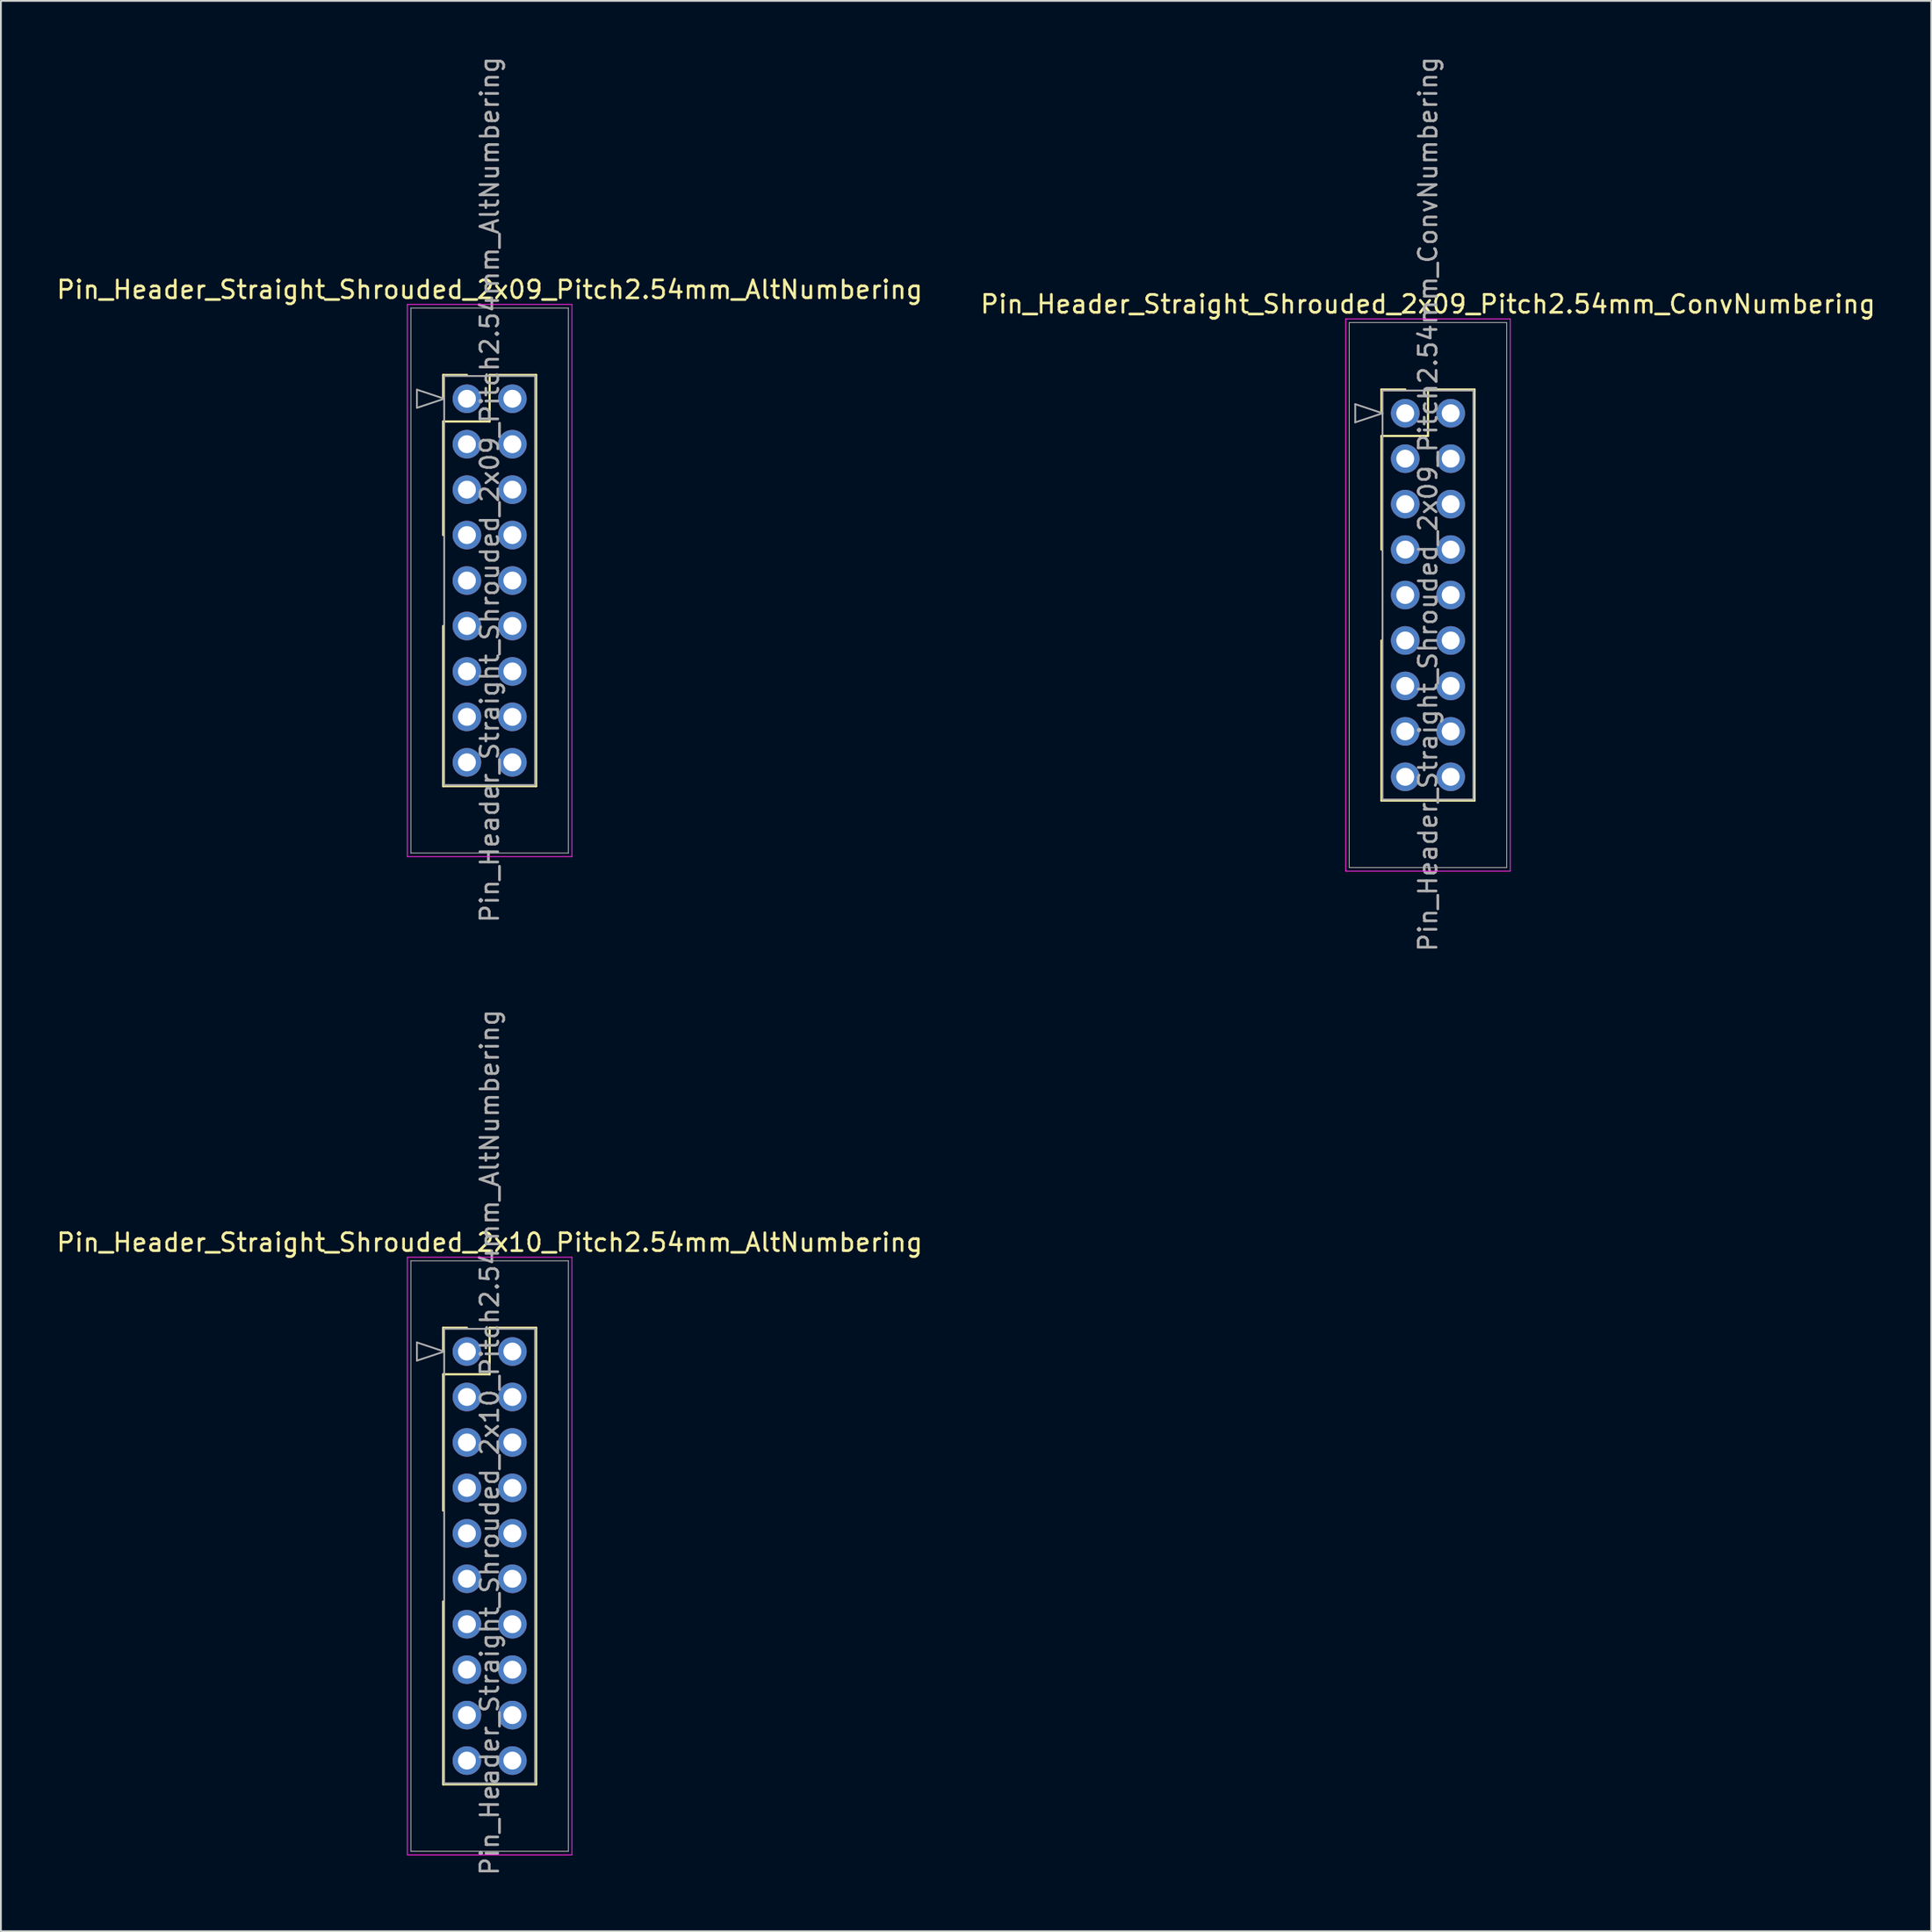
<source format=kicad_pcb>
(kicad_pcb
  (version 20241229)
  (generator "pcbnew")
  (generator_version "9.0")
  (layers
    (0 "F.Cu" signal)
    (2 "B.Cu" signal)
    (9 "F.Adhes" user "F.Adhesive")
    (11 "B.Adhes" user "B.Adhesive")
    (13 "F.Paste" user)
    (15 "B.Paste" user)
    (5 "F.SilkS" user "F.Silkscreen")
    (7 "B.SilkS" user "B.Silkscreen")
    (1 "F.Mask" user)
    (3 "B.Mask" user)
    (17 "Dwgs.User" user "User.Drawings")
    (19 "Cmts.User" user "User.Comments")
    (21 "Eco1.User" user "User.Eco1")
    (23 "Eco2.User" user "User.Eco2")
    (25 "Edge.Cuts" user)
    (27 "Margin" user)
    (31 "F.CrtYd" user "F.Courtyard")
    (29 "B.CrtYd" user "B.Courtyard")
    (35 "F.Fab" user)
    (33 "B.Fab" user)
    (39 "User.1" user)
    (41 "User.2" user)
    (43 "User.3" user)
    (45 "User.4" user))
  (footprint "Pin_Header_Straight_Shrouded_2x10_Pitch2.54mm_AltNumbering"
    (layer "F.Cu")
    (at 23.045 72.485)
    (property "Reference" "Pin_Header_Straight_Shrouded_2x10_Pitch2.54mm_AltNumbering" (at 1.27 -6.096 0) (layer "F.SilkS") (effects (font (size 1 1) (thickness 0.15))))
    (attr through_hole)
    (fp_line (start -1.33 -1.33) (end 0 -1.33) (stroke (width 0.12) (type solid)) (layer "F.SilkS"))
    (fp_line (start -1.33 0) (end -1.33 -1.33) (stroke (width 0.12) (type solid)) (layer "F.SilkS"))
    (fp_line (start -1.33 1.27) (end -1.33 8.89) (stroke (width 0.12) (type solid)) (layer "F.SilkS"))
    (fp_line (start -1.33 1.27) (end 1.27 1.27) (stroke (width 0.12) (type solid)) (layer "F.SilkS"))
    (fp_line (start -1.33 13.97) (end -1.33 24.19) (stroke (width 0.12) (type solid)) (layer "F.SilkS"))
    (fp_line (start -1.33 24.19) (end 3.87 24.19) (stroke (width 0.12) (type solid)) (layer "F.SilkS"))
    (fp_line (start 1.27 -1.33) (end 3.87 -1.33) (stroke (width 0.12) (type solid)) (layer "F.SilkS"))
    (fp_line (start 1.27 1.27) (end 1.27 -1.33) (stroke (width 0.12) (type solid)) (layer "F.SilkS"))
    (fp_line (start 3.87 -1.33) (end 3.87 24.19) (stroke (width 0.12) (type solid)) (layer "F.SilkS"))
    (fp_line (start -3.33 -5.27) (end -3.33 28.13) (stroke (width 0.05) (type solid)) (layer "F.CrtYd"))
    (fp_line (start -3.33 28.13) (end 5.87 28.13) (stroke (width 0.05) (type solid)) (layer "F.CrtYd"))
    (fp_line (start 5.87 -5.27) (end -3.33 -5.27) (stroke (width 0.05) (type solid)) (layer "F.CrtYd"))
    (fp_line (start 5.87 28.13) (end 5.87 -5.27) (stroke (width 0.05) (type solid)) (layer "F.CrtYd"))
    (fp_line (start -3.13 -5.07) (end -3.13 27.93) (stroke (width 0.05) (type solid)) (layer "F.Fab"))
    (fp_line (start -3.13 27.93) (end 5.67 27.93) (stroke (width 0.05) (type solid)) (layer "F.Fab"))
    (fp_line (start -2.794 -0.508) (end -1.27 0) (stroke (width 0.1) (type solid)) (layer "F.Fab"))
    (fp_line (start -2.794 0.508) (end -2.794 -0.508) (stroke (width 0.1) (type solid)) (layer "F.Fab"))
    (fp_line (start -1.27 -1.27) (end -1.27 24.13) (stroke (width 0.1) (type solid)) (layer "F.Fab"))
    (fp_line (start -1.27 0) (end -2.794 0.508) (stroke (width 0.1) (type solid)) (layer "F.Fab"))
    (fp_line (start -1.27 24.13) (end 3.81 24.13) (stroke (width 0.1) (type solid)) (layer "F.Fab"))
    (fp_line (start 3.81 -1.27) (end -1.27 -1.27) (stroke (width 0.1) (type solid)) (layer "F.Fab"))
    (fp_line (start 3.81 24.13) (end 3.81 -1.27) (stroke (width 0.1) (type solid)) (layer "F.Fab"))
    (fp_line (start 5.67 -5.07) (end -3.13 -5.07) (stroke (width 0.05) (type solid)) (layer "F.Fab"))
    (fp_line (start 5.67 27.93) (end 5.67 -5.07) (stroke (width 0.05) (type solid)) (layer "F.Fab"))
    (fp_text user "${REFERENCE}" (at 1.27 5.08 90) (layer "F.Fab") (effects (font (size 1 1) (thickness 0.15))))
    (pad "1" thru_hole oval (at 0 0) (size 1.6 1.6) (drill 1) (layers "*.Cu" "*.Mask"))
    (pad "2" thru_hole oval (at 0 2.54) (size 1.6 1.6) (drill 1) (layers "*.Cu" "*.Mask"))
    (pad "3" thru_hole oval (at 0 5.08) (size 1.6 1.6) (drill 1) (layers "*.Cu" "*.Mask"))
    (pad "4" thru_hole oval (at 0 7.62) (size 1.6 1.6) (drill 1) (layers "*.Cu" "*.Mask"))
    (pad "5" thru_hole oval (at 0 10.16) (size 1.6 1.6) (drill 1) (layers "*.Cu" "*.Mask"))
    (pad "6" thru_hole oval (at 0 12.7) (size 1.6 1.6) (drill 1) (layers "*.Cu" "*.Mask"))
    (pad "7" thru_hole oval (at 0 15.24) (size 1.6 1.6) (drill 1) (layers "*.Cu" "*.Mask"))
    (pad "8" thru_hole oval (at 0 17.78) (size 1.6 1.6) (drill 1) (layers "*.Cu" "*.Mask"))
    (pad "9" thru_hole oval (at 0 20.32) (size 1.6 1.6) (drill 1) (layers "*.Cu" "*.Mask"))
    (pad "10" thru_hole oval (at 0 22.86) (size 1.6 1.6) (drill 1) (layers "*.Cu" "*.Mask"))
    (pad "11" thru_hole oval (at 2.54 0) (size 1.6 1.6) (drill 1) (layers "*.Cu" "*.Mask"))
    (pad "12" thru_hole oval (at 2.54 2.54) (size 1.6 1.6) (drill 1) (layers "*.Cu" "*.Mask"))
    (pad "13" thru_hole oval (at 2.54 5.08) (size 1.6 1.6) (drill 1) (layers "*.Cu" "*.Mask"))
    (pad "14" thru_hole oval (at 2.54 7.62) (size 1.6 1.6) (drill 1) (layers "*.Cu" "*.Mask"))
    (pad "15" thru_hole oval (at 2.54 10.16) (size 1.6 1.6) (drill 1) (layers "*.Cu" "*.Mask"))
    (pad "16" thru_hole oval (at 2.54 12.7) (size 1.6 1.6) (drill 1) (layers "*.Cu" "*.Mask"))
    (pad "17" thru_hole oval (at 2.54 15.24) (size 1.6 1.6) (drill 1) (layers "*.Cu" "*.Mask"))
    (pad "18" thru_hole oval (at 2.54 17.78) (size 1.6 1.6) (drill 1) (layers "*.Cu" "*.Mask"))
    (pad "19" thru_hole oval (at 2.54 20.32) (size 1.6 1.6) (drill 1) (layers "*.Cu" "*.Mask"))
    (pad "20" thru_hole oval (at 2.54 22.86) (size 1.6 1.6) (drill 1) (layers "*.Cu" "*.Mask")))
  (footprint "Pin_Header_Straight_Shrouded_2x09_Pitch2.54mm_ConvNumbering"
    (layer "F.Cu")
    (at 75.486 20.045)
    (property "Reference" "Pin_Header_Straight_Shrouded_2x09_Pitch2.54mm_ConvNumbering" (at 1.27 -6.096 0) (layer "F.SilkS") (effects (font (size 1 1) (thickness 0.15))))
    (attr through_hole)
    (fp_line (start -1.33 -1.33) (end 0 -1.33) (stroke (width 0.12) (type solid)) (layer "F.SilkS"))
    (fp_line (start -1.33 0) (end -1.33 -1.33) (stroke (width 0.12) (type solid)) (layer "F.SilkS"))
    (fp_line (start -1.33 1.27) (end -1.33 7.62) (stroke (width 0.12) (type solid)) (layer "F.SilkS"))
    (fp_line (start -1.33 1.27) (end 1.27 1.27) (stroke (width 0.12) (type solid)) (layer "F.SilkS"))
    (fp_line (start -1.33 12.7) (end -1.33 21.65) (stroke (width 0.12) (type solid)) (layer "F.SilkS"))
    (fp_line (start -1.33 21.65) (end 3.87 21.65) (stroke (width 0.12) (type solid)) (layer "F.SilkS"))
    (fp_line (start 1.27 -1.33) (end 3.87 -1.33) (stroke (width 0.12) (type solid)) (layer "F.SilkS"))
    (fp_line (start 1.27 1.27) (end 1.27 -1.33) (stroke (width 0.12) (type solid)) (layer "F.SilkS"))
    (fp_line (start 3.87 -1.33) (end 3.87 21.65) (stroke (width 0.12) (type solid)) (layer "F.SilkS"))
    (fp_line (start -3.33 -5.27) (end -3.33 25.59) (stroke (width 0.05) (type solid)) (layer "F.CrtYd"))
    (fp_line (start -3.33 25.59) (end 5.87 25.59) (stroke (width 0.05) (type solid)) (layer "F.CrtYd"))
    (fp_line (start 5.87 -5.27) (end -3.33 -5.27) (stroke (width 0.05) (type solid)) (layer "F.CrtYd"))
    (fp_line (start 5.87 25.59) (end 5.87 -5.27) (stroke (width 0.05) (type solid)) (layer "F.CrtYd"))
    (fp_line (start -3.13 -5.07) (end -3.13 25.39) (stroke (width 0.05) (type solid)) (layer "F.Fab"))
    (fp_line (start -3.13 25.39) (end 5.67 25.39) (stroke (width 0.05) (type solid)) (layer "F.Fab"))
    (fp_line (start -2.794 -0.508) (end -1.27 0) (stroke (width 0.1) (type solid)) (layer "F.Fab"))
    (fp_line (start -2.794 0.508) (end -2.794 -0.508) (stroke (width 0.1) (type solid)) (layer "F.Fab"))
    (fp_line (start -1.27 -1.27) (end -1.27 21.59) (stroke (width 0.1) (type solid)) (layer "F.Fab"))
    (fp_line (start -1.27 0) (end -2.794 0.508) (stroke (width 0.1) (type solid)) (layer "F.Fab"))
    (fp_line (start -1.27 21.59) (end 3.81 21.59) (stroke (width 0.1) (type solid)) (layer "F.Fab"))
    (fp_line (start 3.81 -1.27) (end -1.27 -1.27) (stroke (width 0.1) (type solid)) (layer "F.Fab"))
    (fp_line (start 3.81 21.59) (end 3.81 -1.27) (stroke (width 0.1) (type solid)) (layer "F.Fab"))
    (fp_line (start 5.67 -5.07) (end -3.13 -5.07) (stroke (width 0.05) (type solid)) (layer "F.Fab"))
    (fp_line (start 5.67 25.39) (end 5.67 -5.07) (stroke (width 0.05) (type solid)) (layer "F.Fab"))
    (fp_text user "${REFERENCE}" (at 1.27 5.08 90) (layer "F.Fab") (effects (font (size 1 1) (thickness 0.15))))
    (pad "1" thru_hole oval (at 0 0) (size 1.6 1.6) (drill 1) (layers "*.Cu" "*.Mask"))
    (pad "2" thru_hole oval (at 2.54 0) (size 1.6 1.6) (drill 1) (layers "*.Cu" "*.Mask"))
    (pad "3" thru_hole oval (at 0 2.54) (size 1.6 1.6) (drill 1) (layers "*.Cu" "*.Mask"))
    (pad "4" thru_hole oval (at 2.54 2.54) (size 1.6 1.6) (drill 1) (layers "*.Cu" "*.Mask"))
    (pad "5" thru_hole oval (at 0 5.08) (size 1.6 1.6) (drill 1) (layers "*.Cu" "*.Mask"))
    (pad "6" thru_hole oval (at 2.54 5.08) (size 1.6 1.6) (drill 1) (layers "*.Cu" "*.Mask"))
    (pad "7" thru_hole oval (at 0 7.62) (size 1.6 1.6) (drill 1) (layers "*.Cu" "*.Mask"))
    (pad "8" thru_hole oval (at 2.54 7.62) (size 1.6 1.6) (drill 1) (layers "*.Cu" "*.Mask"))
    (pad "9" thru_hole oval (at 0 10.16) (size 1.6 1.6) (drill 1) (layers "*.Cu" "*.Mask"))
    (pad "10" thru_hole oval (at 2.54 10.16) (size 1.6 1.6) (drill 1) (layers "*.Cu" "*.Mask"))
    (pad "11" thru_hole oval (at 0 12.7) (size 1.6 1.6) (drill 1) (layers "*.Cu" "*.Mask"))
    (pad "12" thru_hole oval (at 2.54 12.7) (size 1.6 1.6) (drill 1) (layers "*.Cu" "*.Mask"))
    (pad "13" thru_hole oval (at 0 15.24) (size 1.6 1.6) (drill 1) (layers "*.Cu" "*.Mask"))
    (pad "14" thru_hole oval (at 2.54 15.24) (size 1.6 1.6) (drill 1) (layers "*.Cu" "*.Mask"))
    (pad "15" thru_hole oval (at 0 17.78) (size 1.6 1.6) (drill 1) (layers "*.Cu" "*.Mask"))
    (pad "16" thru_hole oval (at 2.54 17.78) (size 1.6 1.6) (drill 1) (layers "*.Cu" "*.Mask"))
    (pad "17" thru_hole oval (at 0 20.32) (size 1.6 1.6) (drill 1) (layers "*.Cu" "*.Mask"))
    (pad "18" thru_hole oval (at 2.54 20.32) (size 1.6 1.6) (drill 1) (layers "*.Cu" "*.Mask")))
  (footprint "Pin_Header_Straight_Shrouded_2x09_Pitch2.54mm_AltNumbering"
    (layer "F.Cu")
    (at 23.045 19.235)
    (property "Reference" "Pin_Header_Straight_Shrouded_2x09_Pitch2.54mm_AltNumbering" (at 1.27 -6.096 0) (layer "F.SilkS") (effects (font (size 1 1) (thickness 0.15))))
    (attr through_hole)
    (fp_line (start -1.33 -1.33) (end 0 -1.33) (stroke (width 0.12) (type solid)) (layer "F.SilkS"))
    (fp_line (start -1.33 0) (end -1.33 -1.33) (stroke (width 0.12) (type solid)) (layer "F.SilkS"))
    (fp_line (start -1.33 1.27) (end -1.33 7.62) (stroke (width 0.12) (type solid)) (layer "F.SilkS"))
    (fp_line (start -1.33 1.27) (end 1.27 1.27) (stroke (width 0.12) (type solid)) (layer "F.SilkS"))
    (fp_line (start -1.33 12.7) (end -1.33 21.65) (stroke (width 0.12) (type solid)) (layer "F.SilkS"))
    (fp_line (start -1.33 21.65) (end 3.87 21.65) (stroke (width 0.12) (type solid)) (layer "F.SilkS"))
    (fp_line (start 1.27 -1.33) (end 3.87 -1.33) (stroke (width 0.12) (type solid)) (layer "F.SilkS"))
    (fp_line (start 1.27 1.27) (end 1.27 -1.33) (stroke (width 0.12) (type solid)) (layer "F.SilkS"))
    (fp_line (start 3.87 -1.33) (end 3.87 21.65) (stroke (width 0.12) (type solid)) (layer "F.SilkS"))
    (fp_line (start -3.33 -5.27) (end -3.33 25.59) (stroke (width 0.05) (type solid)) (layer "F.CrtYd"))
    (fp_line (start -3.33 25.59) (end 5.87 25.59) (stroke (width 0.05) (type solid)) (layer "F.CrtYd"))
    (fp_line (start 5.87 -5.27) (end -3.33 -5.27) (stroke (width 0.05) (type solid)) (layer "F.CrtYd"))
    (fp_line (start 5.87 25.59) (end 5.87 -5.27) (stroke (width 0.05) (type solid)) (layer "F.CrtYd"))
    (fp_line (start -3.13 -5.07) (end -3.13 25.39) (stroke (width 0.05) (type solid)) (layer "F.Fab"))
    (fp_line (start -3.13 25.39) (end 5.67 25.39) (stroke (width 0.05) (type solid)) (layer "F.Fab"))
    (fp_line (start -2.794 -0.508) (end -1.27 0) (stroke (width 0.1) (type solid)) (layer "F.Fab"))
    (fp_line (start -2.794 0.508) (end -2.794 -0.508) (stroke (width 0.1) (type solid)) (layer "F.Fab"))
    (fp_line (start -1.27 -1.27) (end -1.27 21.59) (stroke (width 0.1) (type solid)) (layer "F.Fab"))
    (fp_line (start -1.27 0) (end -2.794 0.508) (stroke (width 0.1) (type solid)) (layer "F.Fab"))
    (fp_line (start -1.27 21.59) (end 3.81 21.59) (stroke (width 0.1) (type solid)) (layer "F.Fab"))
    (fp_line (start 3.81 -1.27) (end -1.27 -1.27) (stroke (width 0.1) (type solid)) (layer "F.Fab"))
    (fp_line (start 3.81 21.59) (end 3.81 -1.27) (stroke (width 0.1) (type solid)) (layer "F.Fab"))
    (fp_line (start 5.67 -5.07) (end -3.13 -5.07) (stroke (width 0.05) (type solid)) (layer "F.Fab"))
    (fp_line (start 5.67 25.39) (end 5.67 -5.07) (stroke (width 0.05) (type solid)) (layer "F.Fab"))
    (fp_text user "${REFERENCE}" (at 1.27 5.08 90) (layer "F.Fab") (effects (font (size 1 1) (thickness 0.15))))
    (pad "1" thru_hole oval (at 0 0) (size 1.6 1.6) (drill 1) (layers "*.Cu" "*.Mask"))
    (pad "2" thru_hole oval (at 0 2.54) (size 1.6 1.6) (drill 1) (layers "*.Cu" "*.Mask"))
    (pad "3" thru_hole oval (at 0 5.08) (size 1.6 1.6) (drill 1) (layers "*.Cu" "*.Mask"))
    (pad "4" thru_hole oval (at 0 7.62) (size 1.6 1.6) (drill 1) (layers "*.Cu" "*.Mask"))
    (pad "5" thru_hole oval (at 0 10.16) (size 1.6 1.6) (drill 1) (layers "*.Cu" "*.Mask"))
    (pad "6" thru_hole oval (at 0 12.7) (size 1.6 1.6) (drill 1) (layers "*.Cu" "*.Mask"))
    (pad "7" thru_hole oval (at 0 15.24) (size 1.6 1.6) (drill 1) (layers "*.Cu" "*.Mask"))
    (pad "8" thru_hole oval (at 0 17.78) (size 1.6 1.6) (drill 1) (layers "*.Cu" "*.Mask"))
    (pad "9" thru_hole oval (at 0 20.32) (size 1.6 1.6) (drill 1) (layers "*.Cu" "*.Mask"))
    (pad "10" thru_hole oval (at 2.54 0) (size 1.6 1.6) (drill 1) (layers "*.Cu" "*.Mask"))
    (pad "11" thru_hole oval (at 2.54 2.54) (size 1.6 1.6) (drill 1) (layers "*.Cu" "*.Mask"))
    (pad "12" thru_hole oval (at 2.54 5.08) (size 1.6 1.6) (drill 1) (layers "*.Cu" "*.Mask"))
    (pad "13" thru_hole oval (at 2.54 7.62) (size 1.6 1.6) (drill 1) (layers "*.Cu" "*.Mask"))
    (pad "14" thru_hole oval (at 2.54 10.16) (size 1.6 1.6) (drill 1) (layers "*.Cu" "*.Mask"))
    (pad "15" thru_hole oval (at 2.54 12.7) (size 1.6 1.6) (drill 1) (layers "*.Cu" "*.Mask"))
    (pad "16" thru_hole oval (at 2.54 15.24) (size 1.6 1.6) (drill 1) (layers "*.Cu" "*.Mask"))
    (pad "17" thru_hole oval (at 2.54 17.78) (size 1.6 1.6) (drill 1) (layers "*.Cu" "*.Mask"))
    (pad "18" thru_hole oval (at 2.54 20.32) (size 1.6 1.6) (drill 1) (layers "*.Cu" "*.Mask")))
  (gr_rect
    (start -3 -3)
    (end 104.881 104.881)
    (stroke (width 0.1) (type default))
    (fill no)
    (layer "Edge.Cuts")))
</source>
